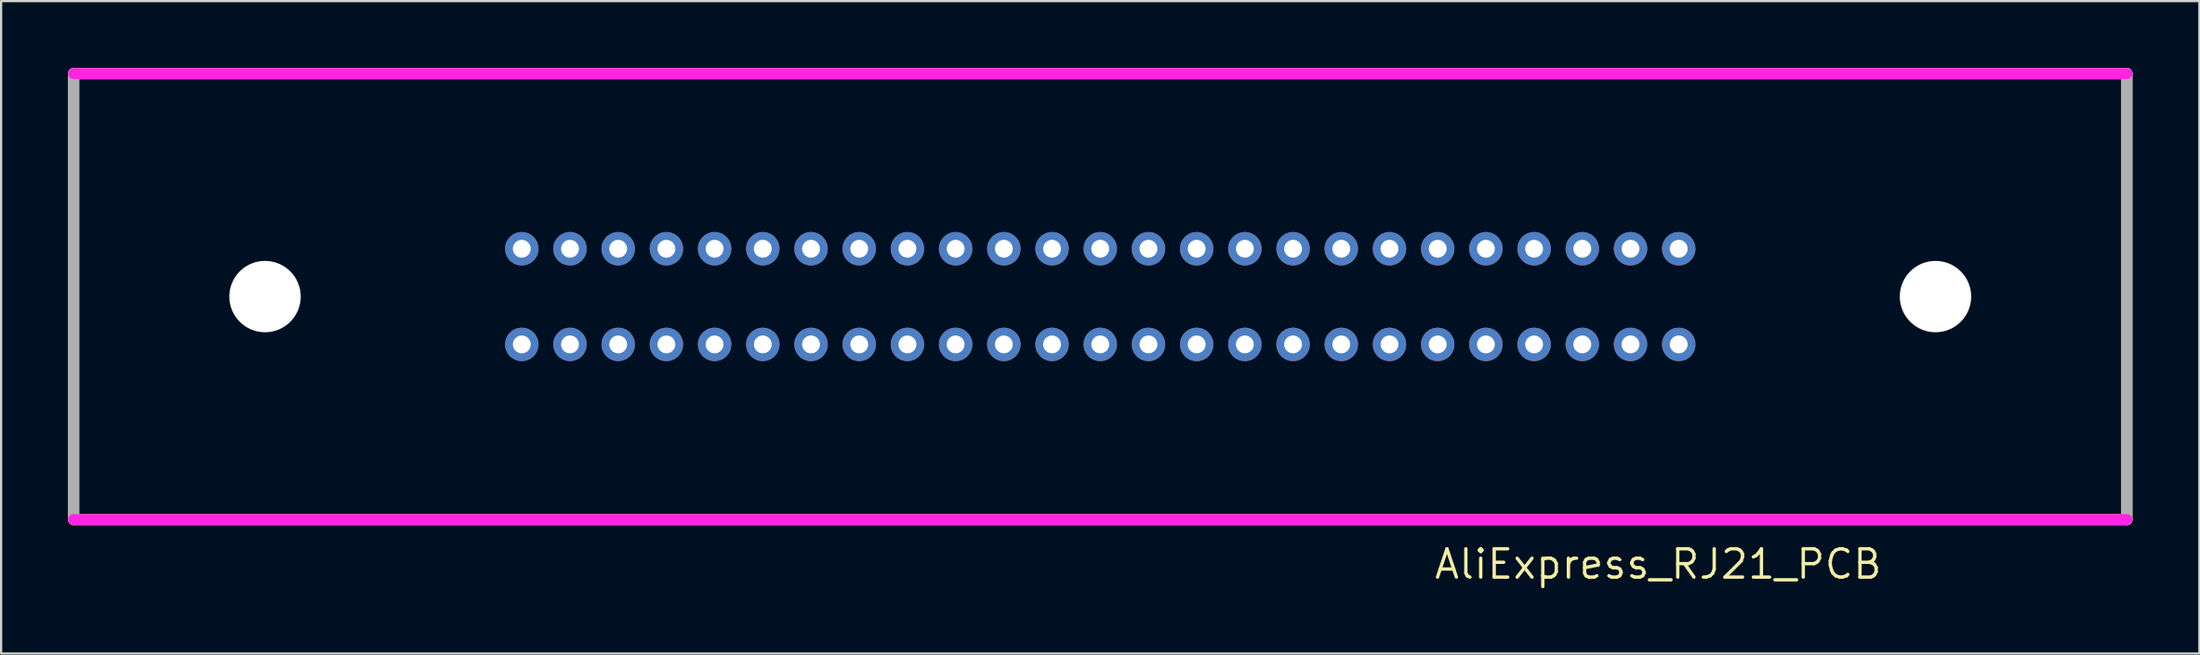
<source format=kicad_pcb>
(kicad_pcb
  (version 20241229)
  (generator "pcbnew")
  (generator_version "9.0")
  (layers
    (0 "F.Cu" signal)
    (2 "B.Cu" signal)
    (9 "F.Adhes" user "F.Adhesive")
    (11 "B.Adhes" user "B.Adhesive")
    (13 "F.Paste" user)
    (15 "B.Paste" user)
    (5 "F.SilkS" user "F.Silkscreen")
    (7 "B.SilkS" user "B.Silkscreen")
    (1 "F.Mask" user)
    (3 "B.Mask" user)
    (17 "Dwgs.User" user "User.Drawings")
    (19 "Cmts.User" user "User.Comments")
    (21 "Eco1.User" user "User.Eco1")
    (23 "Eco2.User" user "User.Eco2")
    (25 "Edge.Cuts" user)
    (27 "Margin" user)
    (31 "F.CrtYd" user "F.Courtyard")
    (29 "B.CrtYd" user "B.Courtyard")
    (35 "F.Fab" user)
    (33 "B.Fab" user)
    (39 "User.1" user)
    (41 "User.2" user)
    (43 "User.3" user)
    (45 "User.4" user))
  (footprint "AliExpress_RJ21_PCB"
    (layer "F.Cu")
    (at 46.25 10.25)
    (property "Reference" "AliExpress_RJ21_PCB" (at 25 12 0) (layer "F.SilkS") (effects (font (size 1.27 1.27) (thickness 0.15))))
    (attr through_hole)
    (fp_line (start -46 -10) (end -46 10) (stroke (width 0.5) (type solid)) (layer "F.SilkS"))
    (fp_line (start -46 -10) (end 46 -10) (stroke (width 0.5) (type solid)) (layer "F.SilkS"))
    (fp_line (start -46 10) (end 46 10) (stroke (width 0.5) (type solid)) (layer "F.SilkS"))
    (fp_line (start 46 -10) (end 46 10) (stroke (width 0.5) (type solid)) (layer "F.SilkS"))
    (fp_line (start -46 -10) (end 46 -10) (stroke (width 0.5) (type solid)) (layer "F.CrtYd"))
    (fp_line (start -46 10) (end 46 10) (stroke (width 0.5) (type solid)) (layer "F.CrtYd"))
    (fp_line (start -46 -10) (end -46 10) (stroke (width 0.5) (type solid)) (layer "F.Fab"))
    (fp_line (start 46 -10) (end 46 10) (stroke (width 0.5) (type solid)) (layer "F.Fab"))
    (pad "" np_thru_hole circle (at -37.425 0) (size 3.2 3.2) (drill 3.2) (layers "*.Cu" "*.Mask"))
    (pad "" np_thru_hole circle (at 37.425 0) (size 3.2 3.2) (drill 3.2) (layers "*.Cu" "*.Mask"))
    (pad "1" thru_hole circle (at -25.92 -2.145) (size 1.5 1.5) (drill 0.8) (layers "*.Cu" "*.Mask"))
    (pad "2" thru_hole circle (at -23.76 -2.145) (size 1.5 1.5) (drill 0.8) (layers "*.Cu" "*.Mask"))
    (pad "3" thru_hole circle (at -21.6 -2.145) (size 1.5 1.5) (drill 0.8) (layers "*.Cu" "*.Mask"))
    (pad "4" thru_hole circle (at -19.44 -2.145) (size 1.5 1.5) (drill 0.8) (layers "*.Cu" "*.Mask"))
    (pad "5" thru_hole circle (at -17.28 -2.145) (size 1.5 1.5) (drill 0.8) (layers "*.Cu" "*.Mask"))
    (pad "6" thru_hole circle (at -15.12 -2.145) (size 1.5 1.5) (drill 0.8) (layers "*.Cu" "*.Mask"))
    (pad "7" thru_hole circle (at -12.96 -2.145) (size 1.5 1.5) (drill 0.8) (layers "*.Cu" "*.Mask"))
    (pad "8" thru_hole circle (at -10.8 -2.145) (size 1.5 1.5) (drill 0.8) (layers "*.Cu" "*.Mask"))
    (pad "9" thru_hole circle (at -8.64 -2.145) (size 1.5 1.5) (drill 0.8) (layers "*.Cu" "*.Mask"))
    (pad "10" thru_hole circle (at -6.48 -2.145) (size 1.5 1.5) (drill 0.8) (layers "*.Cu" "*.Mask"))
    (pad "11" thru_hole circle (at -4.32 -2.145) (size 1.5 1.5) (drill 0.8) (layers "*.Cu" "*.Mask"))
    (pad "12" thru_hole circle (at -2.16 -2.145) (size 1.5 1.5) (drill 0.8) (layers "*.Cu" "*.Mask"))
    (pad "13" thru_hole circle (at 0 -2.145) (size 1.5 1.5) (drill 0.8) (layers "*.Cu" "*.Mask"))
    (pad "14" thru_hole circle (at 2.16 -2.145) (size 1.5 1.5) (drill 0.8) (layers "*.Cu" "*.Mask"))
    (pad "15" thru_hole circle (at 4.32 -2.145) (size 1.5 1.5) (drill 0.8) (layers "*.Cu" "*.Mask"))
    (pad "16" thru_hole circle (at 6.48 -2.145) (size 1.5 1.5) (drill 0.8) (layers "*.Cu" "*.Mask"))
    (pad "17" thru_hole circle (at 8.64 -2.145) (size 1.5 1.5) (drill 0.8) (layers "*.Cu" "*.Mask"))
    (pad "18" thru_hole circle (at 10.8 -2.145) (size 1.5 1.5) (drill 0.8) (layers "*.Cu" "*.Mask"))
    (pad "19" thru_hole circle (at 12.96 -2.145) (size 1.5 1.5) (drill 0.8) (layers "*.Cu" "*.Mask"))
    (pad "20" thru_hole circle (at 15.12 -2.145) (size 1.5 1.5) (drill 0.8) (layers "*.Cu" "*.Mask"))
    (pad "21" thru_hole circle (at 17.28 -2.145) (size 1.5 1.5) (drill 0.8) (layers "*.Cu" "*.Mask"))
    (pad "22" thru_hole circle (at 19.44 -2.145) (size 1.5 1.5) (drill 0.8) (layers "*.Cu" "*.Mask"))
    (pad "23" thru_hole circle (at 21.6 -2.145) (size 1.5 1.5) (drill 0.8) (layers "*.Cu" "*.Mask"))
    (pad "24" thru_hole circle (at 23.76 -2.145) (size 1.5 1.5) (drill 0.8) (layers "*.Cu" "*.Mask"))
    (pad "25" thru_hole circle (at 25.92 -2.145) (size 1.5 1.5) (drill 0.8) (layers "*.Cu" "*.Mask"))
    (pad "26" thru_hole circle (at -25.92 2.145) (size 1.5 1.5) (drill 0.8) (layers "*.Cu" "*.Mask"))
    (pad "27" thru_hole circle (at -23.76 2.145) (size 1.5 1.5) (drill 0.8) (layers "*.Cu" "*.Mask"))
    (pad "28" thru_hole circle (at -21.6 2.145) (size 1.5 1.5) (drill 0.8) (layers "*.Cu" "*.Mask"))
    (pad "29" thru_hole circle (at -19.44 2.145) (size 1.5 1.5) (drill 0.8) (layers "*.Cu" "*.Mask"))
    (pad "30" thru_hole circle (at -17.28 2.145) (size 1.5 1.5) (drill 0.8) (layers "*.Cu" "*.Mask"))
    (pad "31" thru_hole circle (at -15.12 2.145) (size 1.5 1.5) (drill 0.8) (layers "*.Cu" "*.Mask"))
    (pad "32" thru_hole circle (at -12.96 2.145) (size 1.5 1.5) (drill 0.8) (layers "*.Cu" "*.Mask"))
    (pad "33" thru_hole circle (at -10.8 2.145) (size 1.5 1.5) (drill 0.8) (layers "*.Cu" "*.Mask"))
    (pad "34" thru_hole circle (at -8.64 2.145) (size 1.5 1.5) (drill 0.8) (layers "*.Cu" "*.Mask"))
    (pad "35" thru_hole circle (at -6.48 2.145) (size 1.5 1.5) (drill 0.8) (layers "*.Cu" "*.Mask"))
    (pad "36" thru_hole circle (at -4.32 2.145) (size 1.5 1.5) (drill 0.8) (layers "*.Cu" "*.Mask"))
    (pad "37" thru_hole circle (at -2.16 2.145) (size 1.5 1.5) (drill 0.8) (layers "*.Cu" "*.Mask"))
    (pad "38" thru_hole circle (at 0 2.145) (size 1.5 1.5) (drill 0.8) (layers "*.Cu" "*.Mask"))
    (pad "39" thru_hole circle (at 2.16 2.145) (size 1.5 1.5) (drill 0.8) (layers "*.Cu" "*.Mask"))
    (pad "40" thru_hole circle (at 4.32 2.145) (size 1.5 1.5) (drill 0.8) (layers "*.Cu" "*.Mask"))
    (pad "41" thru_hole circle (at 6.48 2.145) (size 1.5 1.5) (drill 0.8) (layers "*.Cu" "*.Mask"))
    (pad "42" thru_hole circle (at 8.64 2.145) (size 1.5 1.5) (drill 0.8) (layers "*.Cu" "*.Mask"))
    (pad "43" thru_hole circle (at 10.8 2.145) (size 1.5 1.5) (drill 0.8) (layers "*.Cu" "*.Mask"))
    (pad "44" thru_hole circle (at 12.96 2.145) (size 1.5 1.5) (drill 0.8) (layers "*.Cu" "*.Mask"))
    (pad "45" thru_hole circle (at 15.12 2.145) (size 1.5 1.5) (drill 0.8) (layers "*.Cu" "*.Mask"))
    (pad "46" thru_hole circle (at 17.28 2.145) (size 1.5 1.5) (drill 0.8) (layers "*.Cu" "*.Mask"))
    (pad "47" thru_hole circle (at 19.44 2.145) (size 1.5 1.5) (drill 0.8) (layers "*.Cu" "*.Mask"))
    (pad "48" thru_hole circle (at 21.6 2.145) (size 1.5 1.5) (drill 0.8) (layers "*.Cu" "*.Mask"))
    (pad "49" thru_hole circle (at 23.76 2.145) (size 1.5 1.5) (drill 0.8) (layers "*.Cu" "*.Mask"))
    (pad "50" thru_hole circle (at 25.92 2.145) (size 1.5 1.5) (drill 0.8) (layers "*.Cu" "*.Mask")))
  (gr_rect
    (start -3 -3)
    (end 95.5 26.256)
    (stroke (width 0.1) (type default))
    (fill no)
    (layer "Edge.Cuts")))
</source>
